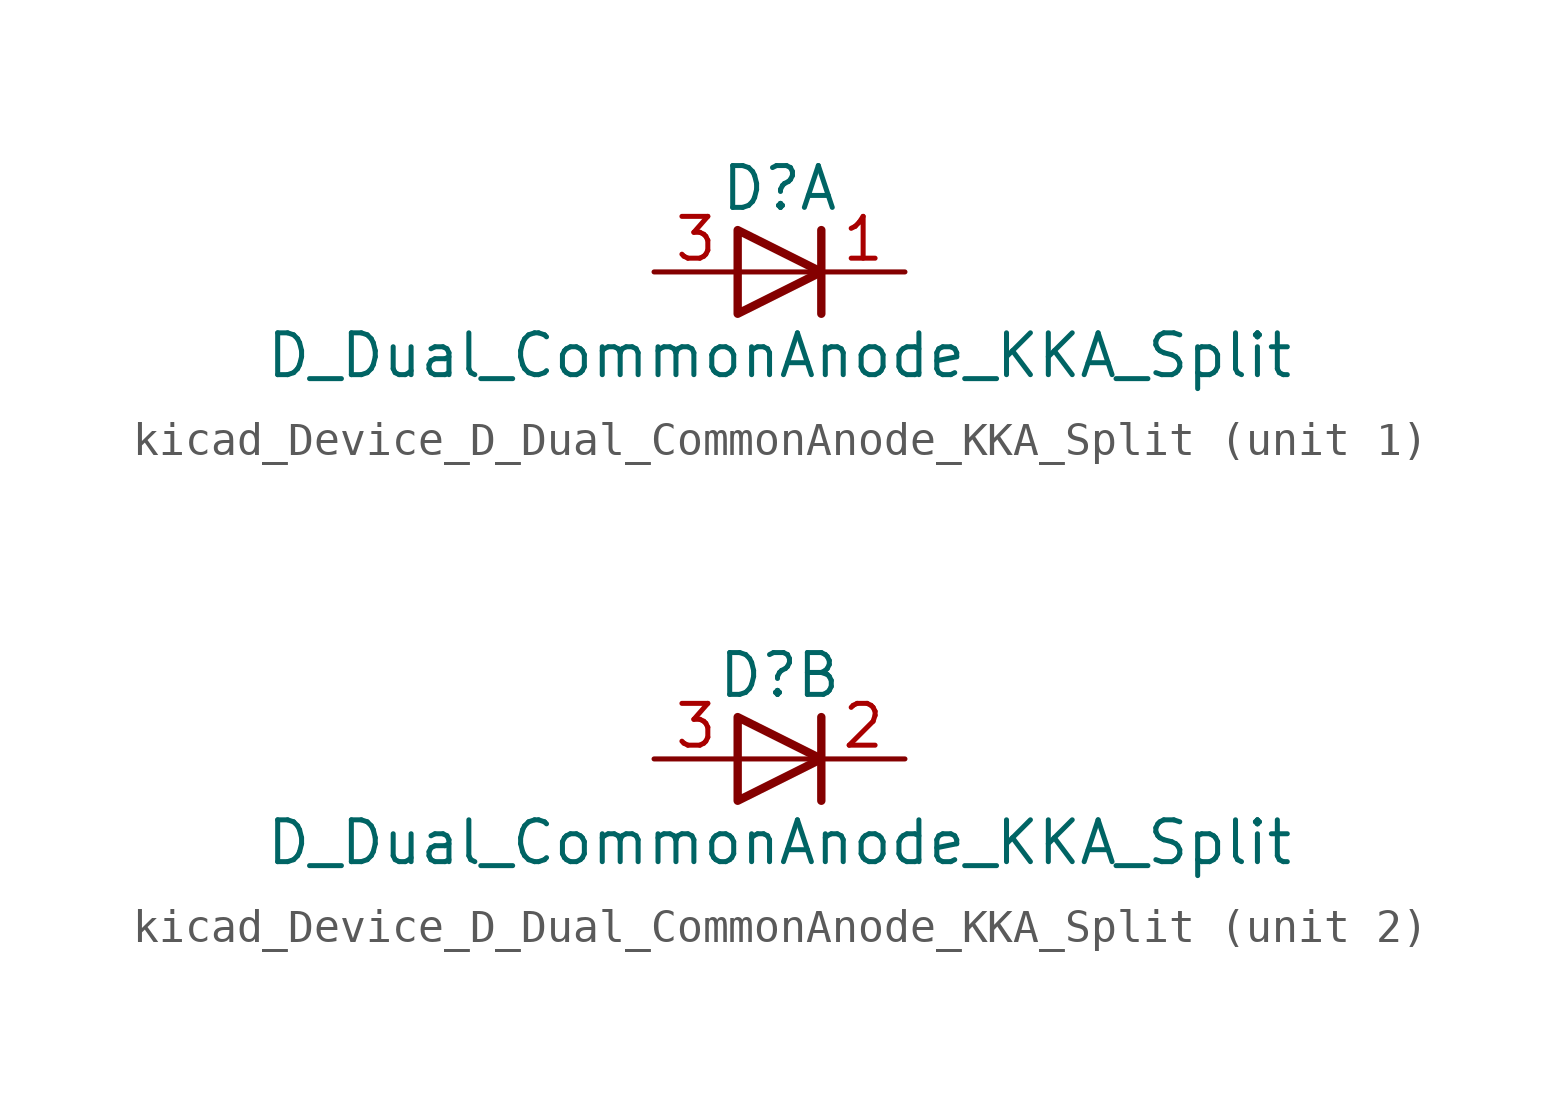
<source format=kicad_sym>
(kicad_symbol_lib
  (version 20220914)
  (generator kicad_symbol_editor)
  (symbol "kicad_Device_D_Dual_CommonAnode_KKA_Split"
    (pin_names
      (offset 0.762) hide)
    (property "Reference" "D"
      (at 0 2.54 0)
      (effects (font (size 1.27 1.27))))
    (property "Value" "D_Dual_CommonAnode_KKA_Split"
      (at 0 -2.54 0)
      (effects (font (size 1.27 1.27))))
    (property "ki_locked" ""
      (at 0 0 0)
      (effects (font (size 1.27 1.27))))
    (symbol "kicad_Device_D_Dual_CommonAnode_KKA_Split_0_0"
      (polyline (pts (xy 1.27 0) (xy -1.27 0)) (stroke (width 0) (type default)) (fill (type none)))
      (polyline (pts (xy 1.27 1.27) (xy 1.27 -1.27)) (stroke (width 0.254) (type default)) (fill (type none))))
    (symbol "kicad_Device_D_Dual_CommonAnode_KKA_Split_0_1"
      (polyline (pts (xy -1.27 1.27) (xy 1.27 0) (xy -1.27 -1.27) (xy -1.27 1.27) (xy -1.27 1.27) (xy -1.27 1.27)) (stroke (width 0.254) (type default)) (fill (type none)))
      (pin passive line (at -3.81 0 0) (length 2.54) (name "A" (effects (font (size 1.27 1.27)))) (number "3" (effects (font (size 1.27 1.27))))))
    (symbol "kicad_Device_D_Dual_CommonAnode_KKA_Split_1_1"
      (pin passive line (at 3.81 0 180) (length 2.54) (name "K" (effects (font (size 1.27 1.27)))) (number "1" (effects (font (size 1.27 1.27))))))
    (symbol "kicad_Device_D_Dual_CommonAnode_KKA_Split_2_1"
      (pin passive line (at 3.81 0 180) (length 2.54) (name "K" (effects (font (size 1.27 1.27)))) (number "2" (effects (font (size 1.27 1.27))))))))
</source>
